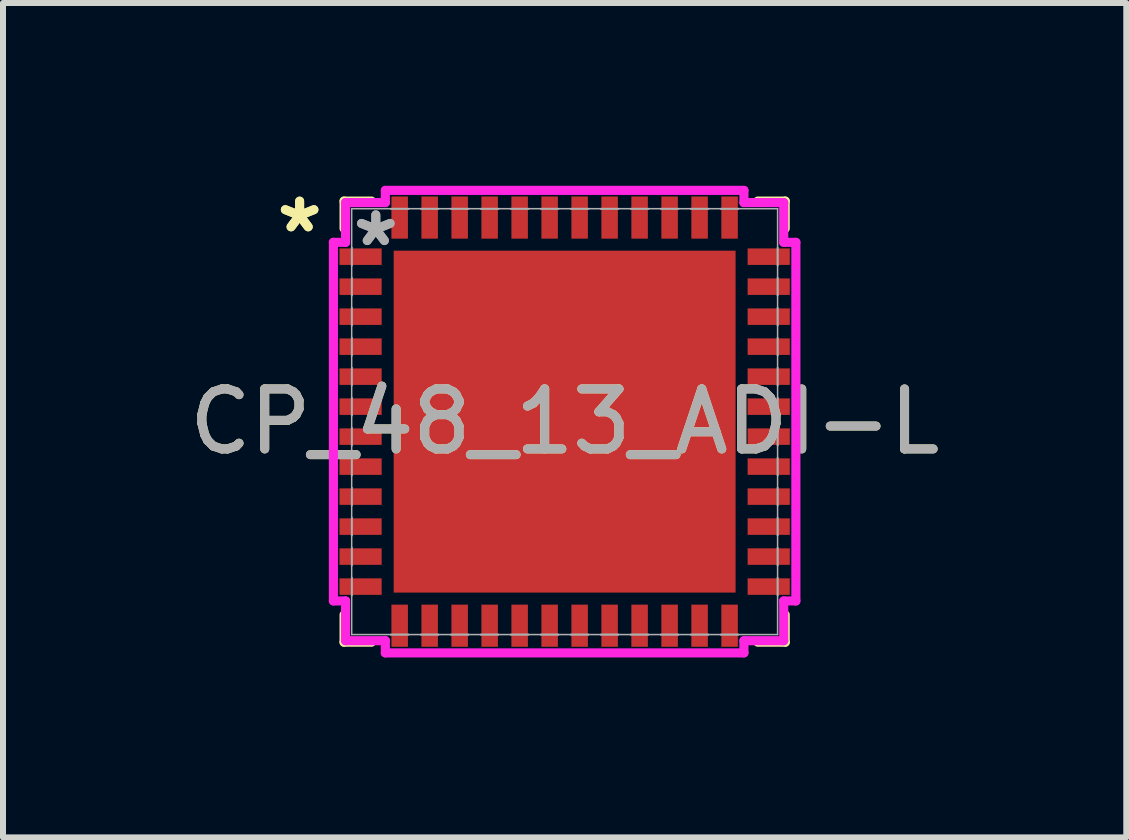
<source format=kicad_pcb>
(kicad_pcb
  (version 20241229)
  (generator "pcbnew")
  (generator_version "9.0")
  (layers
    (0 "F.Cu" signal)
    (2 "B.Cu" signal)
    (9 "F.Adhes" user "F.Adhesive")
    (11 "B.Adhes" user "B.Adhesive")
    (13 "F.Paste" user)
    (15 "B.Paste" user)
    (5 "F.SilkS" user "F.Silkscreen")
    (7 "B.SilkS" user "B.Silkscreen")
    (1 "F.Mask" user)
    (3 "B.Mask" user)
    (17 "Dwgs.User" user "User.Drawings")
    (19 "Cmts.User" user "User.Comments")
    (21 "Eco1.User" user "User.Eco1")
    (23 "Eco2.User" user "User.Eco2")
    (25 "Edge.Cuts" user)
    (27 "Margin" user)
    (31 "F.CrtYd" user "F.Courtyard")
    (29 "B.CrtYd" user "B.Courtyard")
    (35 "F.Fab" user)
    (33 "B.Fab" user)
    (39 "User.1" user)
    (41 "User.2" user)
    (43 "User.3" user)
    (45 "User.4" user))
  (footprint "CP_48_13_ADI-L"
    (layer "F.Cu")
    (at 6.363 3.979)
    (property "Reference" "CP_48_13_ADI-L" (at 0 0 0) (unlocked yes) (layer "F.SilkS") (effects (font (size 1 1) (thickness 0.15))))
    (attr smd)
    (fp_line (start -3.677 -3.677) (end -3.677 -3.22) (stroke (width 0.152) (type solid)) (layer "F.SilkS"))
    (fp_line (start -3.677 3.22) (end -3.677 3.677) (stroke (width 0.152) (type solid)) (layer "F.SilkS"))
    (fp_line (start -3.677 3.677) (end -3.22 3.677) (stroke (width 0.152) (type solid)) (layer "F.SilkS"))
    (fp_line (start -3.22 -3.677) (end -3.677 -3.677) (stroke (width 0.152) (type solid)) (layer "F.SilkS"))
    (fp_line (start 3.22 3.677) (end 3.677 3.677) (stroke (width 0.152) (type solid)) (layer "F.SilkS"))
    (fp_line (start 3.677 -3.677) (end 3.22 -3.677) (stroke (width 0.152) (type solid)) (layer "F.SilkS"))
    (fp_line (start 3.677 -3.22) (end 3.677 -3.677) (stroke (width 0.152) (type solid)) (layer "F.SilkS"))
    (fp_line (start 3.677 3.677) (end 3.677 3.22) (stroke (width 0.152) (type solid)) (layer "F.SilkS"))
    (fp_poly (pts (xy -2.75 -2.75) (xy -2.75 -1.525) (xy -1.525 -1.525) (xy -1.525 -2.75)) (stroke (width 0) (type solid)) (fill yes) (layer "F.Paste"))
    (fp_poly (pts (xy -2.75 -1.325) (xy -2.75 -0.1) (xy -1.525 -0.1) (xy -1.525 -1.325)) (stroke (width 0) (type solid)) (fill yes) (layer "F.Paste"))
    (fp_poly (pts (xy -2.75 0.1) (xy -2.75 1.325) (xy -1.525 1.325) (xy -1.525 0.1)) (stroke (width 0) (type solid)) (fill yes) (layer "F.Paste"))
    (fp_poly (pts (xy -2.75 1.525) (xy -2.75 2.75) (xy -1.525 2.75) (xy -1.525 1.525)) (stroke (width 0) (type solid)) (fill yes) (layer "F.Paste"))
    (fp_poly (pts (xy -1.325 -2.75) (xy -1.325 -1.525) (xy -0.1 -1.525) (xy -0.1 -2.75)) (stroke (width 0) (type solid)) (fill yes) (layer "F.Paste"))
    (fp_poly (pts (xy -1.325 -1.325) (xy -1.325 -0.1) (xy -0.1 -0.1) (xy -0.1 -1.325)) (stroke (width 0) (type solid)) (fill yes) (layer "F.Paste"))
    (fp_poly (pts (xy -1.325 0.1) (xy -1.325 1.325) (xy -0.1 1.325) (xy -0.1 0.1)) (stroke (width 0) (type solid)) (fill yes) (layer "F.Paste"))
    (fp_poly (pts (xy -1.325 1.525) (xy -1.325 2.75) (xy -0.1 2.75) (xy -0.1 1.525)) (stroke (width 0) (type solid)) (fill yes) (layer "F.Paste"))
    (fp_poly (pts (xy 0.1 -2.75) (xy 0.1 -1.525) (xy 1.325 -1.525) (xy 1.325 -2.75)) (stroke (width 0) (type solid)) (fill yes) (layer "F.Paste"))
    (fp_poly (pts (xy 0.1 -1.325) (xy 0.1 -0.1) (xy 1.325 -0.1) (xy 1.325 -1.325)) (stroke (width 0) (type solid)) (fill yes) (layer "F.Paste"))
    (fp_poly (pts (xy 0.1 0.1) (xy 0.1 1.325) (xy 1.325 1.325) (xy 1.325 0.1)) (stroke (width 0) (type solid)) (fill yes) (layer "F.Paste"))
    (fp_poly (pts (xy 0.1 1.525) (xy 0.1 2.75) (xy 1.325 2.75) (xy 1.325 1.525)) (stroke (width 0) (type solid)) (fill yes) (layer "F.Paste"))
    (fp_poly (pts (xy 1.525 -2.75) (xy 1.525 -1.525) (xy 2.75 -1.525) (xy 2.75 -2.75)) (stroke (width 0) (type solid)) (fill yes) (layer "F.Paste"))
    (fp_poly (pts (xy 1.525 -1.325) (xy 1.525 -0.1) (xy 2.75 -0.1) (xy 2.75 -1.325)) (stroke (width 0) (type solid)) (fill yes) (layer "F.Paste"))
    (fp_poly (pts (xy 1.525 0.1) (xy 1.525 1.325) (xy 2.75 1.325) (xy 2.75 0.1)) (stroke (width 0) (type solid)) (fill yes) (layer "F.Paste"))
    (fp_poly (pts (xy 1.525 1.525) (xy 1.525 2.75) (xy 2.75 2.75) (xy 2.75 1.525)) (stroke (width 0) (type solid)) (fill yes) (layer "F.Paste"))
    (fp_line (start -3.855 -2.989) (end -3.652 -2.989) (stroke (width 0.152) (type solid)) (layer "F.CrtYd"))
    (fp_line (start -3.855 2.989) (end -3.855 -2.989) (stroke (width 0.152) (type solid)) (layer "F.CrtYd"))
    (fp_line (start -3.652 -3.652) (end -2.989 -3.652) (stroke (width 0.152) (type solid)) (layer "F.CrtYd"))
    (fp_line (start -3.652 -2.989) (end -3.652 -3.652) (stroke (width 0.152) (type solid)) (layer "F.CrtYd"))
    (fp_line (start -3.652 2.989) (end -3.855 2.989) (stroke (width 0.152) (type solid)) (layer "F.CrtYd"))
    (fp_line (start -3.652 3.652) (end -3.652 2.989) (stroke (width 0.152) (type solid)) (layer "F.CrtYd"))
    (fp_line (start -2.989 -3.855) (end 2.989 -3.855) (stroke (width 0.152) (type solid)) (layer "F.CrtYd"))
    (fp_line (start -2.989 -3.652) (end -2.989 -3.855) (stroke (width 0.152) (type solid)) (layer "F.CrtYd"))
    (fp_line (start -2.989 3.652) (end -3.652 3.652) (stroke (width 0.152) (type solid)) (layer "F.CrtYd"))
    (fp_line (start -2.989 3.855) (end -2.989 3.652) (stroke (width 0.152) (type solid)) (layer "F.CrtYd"))
    (fp_line (start 2.989 -3.855) (end 2.989 -3.652) (stroke (width 0.152) (type solid)) (layer "F.CrtYd"))
    (fp_line (start 2.989 -3.652) (end 3.652 -3.652) (stroke (width 0.152) (type solid)) (layer "F.CrtYd"))
    (fp_line (start 2.989 3.652) (end 2.989 3.855) (stroke (width 0.152) (type solid)) (layer "F.CrtYd"))
    (fp_line (start 2.989 3.855) (end -2.989 3.855) (stroke (width 0.152) (type solid)) (layer "F.CrtYd"))
    (fp_line (start 3.652 -3.652) (end 3.652 -2.989) (stroke (width 0.152) (type solid)) (layer "F.CrtYd"))
    (fp_line (start 3.652 -2.989) (end 3.855 -2.989) (stroke (width 0.152) (type solid)) (layer "F.CrtYd"))
    (fp_line (start 3.652 2.989) (end 3.652 3.652) (stroke (width 0.152) (type solid)) (layer "F.CrtYd"))
    (fp_line (start 3.652 3.652) (end 2.989 3.652) (stroke (width 0.152) (type solid)) (layer "F.CrtYd"))
    (fp_line (start 3.855 -2.989) (end 3.855 2.989) (stroke (width 0.152) (type solid)) (layer "F.CrtYd"))
    (fp_line (start 3.855 2.989) (end 3.652 2.989) (stroke (width 0.152) (type solid)) (layer "F.CrtYd"))
    (fp_line (start -3.55 -3.55) (end -3.55 3.55) (stroke (width 0.025) (type solid)) (layer "F.Fab"))
    (fp_line (start -3.55 -2.9) (end -3.55 -2.9) (stroke (width 0.025) (type solid)) (layer "F.Fab"))
    (fp_line (start -3.55 -2.9) (end -3.55 -2.6) (stroke (width 0.025) (type solid)) (layer "F.Fab"))
    (fp_line (start -3.55 -2.6) (end -3.55 -2.9) (stroke (width 0.025) (type solid)) (layer "F.Fab"))
    (fp_line (start -3.55 -2.6) (end -3.55 -2.6) (stroke (width 0.025) (type solid)) (layer "F.Fab"))
    (fp_line (start -3.55 -2.4) (end -3.55 -2.4) (stroke (width 0.025) (type solid)) (layer "F.Fab"))
    (fp_line (start -3.55 -2.4) (end -3.55 -2.1) (stroke (width 0.025) (type solid)) (layer "F.Fab"))
    (fp_line (start -3.55 -2.1) (end -3.55 -2.4) (stroke (width 0.025) (type solid)) (layer "F.Fab"))
    (fp_line (start -3.55 -2.1) (end -3.55 -2.1) (stroke (width 0.025) (type solid)) (layer "F.Fab"))
    (fp_line (start -3.55 -1.9) (end -3.55 -1.9) (stroke (width 0.025) (type solid)) (layer "F.Fab"))
    (fp_line (start -3.55 -1.9) (end -3.55 -1.6) (stroke (width 0.025) (type solid)) (layer "F.Fab"))
    (fp_line (start -3.55 -1.6) (end -3.55 -1.9) (stroke (width 0.025) (type solid)) (layer "F.Fab"))
    (fp_line (start -3.55 -1.6) (end -3.55 -1.6) (stroke (width 0.025) (type solid)) (layer "F.Fab"))
    (fp_line (start -3.55 -1.4) (end -3.55 -1.4) (stroke (width 0.025) (type solid)) (layer "F.Fab"))
    (fp_line (start -3.55 -1.4) (end -3.55 -1.1) (stroke (width 0.025) (type solid)) (layer "F.Fab"))
    (fp_line (start -3.55 -1.1) (end -3.55 -1.4) (stroke (width 0.025) (type solid)) (layer "F.Fab"))
    (fp_line (start -3.55 -1.1) (end -3.55 -1.1) (stroke (width 0.025) (type solid)) (layer "F.Fab"))
    (fp_line (start -3.55 -0.9) (end -3.55 -0.9) (stroke (width 0.025) (type solid)) (layer "F.Fab"))
    (fp_line (start -3.55 -0.9) (end -3.55 -0.6) (stroke (width 0.025) (type solid)) (layer "F.Fab"))
    (fp_line (start -3.55 -0.6) (end -3.55 -0.9) (stroke (width 0.025) (type solid)) (layer "F.Fab"))
    (fp_line (start -3.55 -0.6) (end -3.55 -0.6) (stroke (width 0.025) (type solid)) (layer "F.Fab"))
    (fp_line (start -3.55 -0.4) (end -3.55 -0.4) (stroke (width 0.025) (type solid)) (layer "F.Fab"))
    (fp_line (start -3.55 -0.4) (end -3.55 -0.1) (stroke (width 0.025) (type solid)) (layer "F.Fab"))
    (fp_line (start -3.55 -0.1) (end -3.55 -0.4) (stroke (width 0.025) (type solid)) (layer "F.Fab"))
    (fp_line (start -3.55 -0.1) (end -3.55 -0.1) (stroke (width 0.025) (type solid)) (layer "F.Fab"))
    (fp_line (start -3.55 0.1) (end -3.55 0.1) (stroke (width 0.025) (type solid)) (layer "F.Fab"))
    (fp_line (start -3.55 0.1) (end -3.55 0.4) (stroke (width 0.025) (type solid)) (layer "F.Fab"))
    (fp_line (start -3.55 0.4) (end -3.55 0.1) (stroke (width 0.025) (type solid)) (layer "F.Fab"))
    (fp_line (start -3.55 0.4) (end -3.55 0.4) (stroke (width 0.025) (type solid)) (layer "F.Fab"))
    (fp_line (start -3.55 0.6) (end -3.55 0.6) (stroke (width 0.025) (type solid)) (layer "F.Fab"))
    (fp_line (start -3.55 0.6) (end -3.55 0.9) (stroke (width 0.025) (type solid)) (layer "F.Fab"))
    (fp_line (start -3.55 0.9) (end -3.55 0.6) (stroke (width 0.025) (type solid)) (layer "F.Fab"))
    (fp_line (start -3.55 0.9) (end -3.55 0.9) (stroke (width 0.025) (type solid)) (layer "F.Fab"))
    (fp_line (start -3.55 1.1) (end -3.55 1.1) (stroke (width 0.025) (type solid)) (layer "F.Fab"))
    (fp_line (start -3.55 1.1) (end -3.55 1.4) (stroke (width 0.025) (type solid)) (layer "F.Fab"))
    (fp_line (start -3.55 1.4) (end -3.55 1.1) (stroke (width 0.025) (type solid)) (layer "F.Fab"))
    (fp_line (start -3.55 1.4) (end -3.55 1.4) (stroke (width 0.025) (type solid)) (layer "F.Fab"))
    (fp_line (start -3.55 1.6) (end -3.55 1.6) (stroke (width 0.025) (type solid)) (layer "F.Fab"))
    (fp_line (start -3.55 1.6) (end -3.55 1.9) (stroke (width 0.025) (type solid)) (layer "F.Fab"))
    (fp_line (start -3.55 1.9) (end -3.55 1.6) (stroke (width 0.025) (type solid)) (layer "F.Fab"))
    (fp_line (start -3.55 1.9) (end -3.55 1.9) (stroke (width 0.025) (type solid)) (layer "F.Fab"))
    (fp_line (start -3.55 2.1) (end -3.55 2.1) (stroke (width 0.025) (type solid)) (layer "F.Fab"))
    (fp_line (start -3.55 2.1) (end -3.55 2.4) (stroke (width 0.025) (type solid)) (layer "F.Fab"))
    (fp_line (start -3.55 2.4) (end -3.55 2.1) (stroke (width 0.025) (type solid)) (layer "F.Fab"))
    (fp_line (start -3.55 2.4) (end -3.55 2.4) (stroke (width 0.025) (type solid)) (layer "F.Fab"))
    (fp_line (start -3.55 2.6) (end -3.55 2.6) (stroke (width 0.025) (type solid)) (layer "F.Fab"))
    (fp_line (start -3.55 2.6) (end -3.55 2.9) (stroke (width 0.025) (type solid)) (layer "F.Fab"))
    (fp_line (start -3.55 2.9) (end -3.55 2.6) (stroke (width 0.025) (type solid)) (layer "F.Fab"))
    (fp_line (start -3.55 2.9) (end -3.55 2.9) (stroke (width 0.025) (type solid)) (layer "F.Fab"))
    (fp_line (start -3.55 3.55) (end 3.55 3.55) (stroke (width 0.025) (type solid)) (layer "F.Fab"))
    (fp_line (start -2.9 -3.55) (end -2.9 -3.55) (stroke (width 0.025) (type solid)) (layer "F.Fab"))
    (fp_line (start -2.9 -3.55) (end -2.6 -3.55) (stroke (width 0.025) (type solid)) (layer "F.Fab"))
    (fp_line (start -2.9 3.55) (end -2.9 3.55) (stroke (width 0.025) (type solid)) (layer "F.Fab"))
    (fp_line (start -2.9 3.55) (end -2.6 3.55) (stroke (width 0.025) (type solid)) (layer "F.Fab"))
    (fp_line (start -2.6 -3.55) (end -2.9 -3.55) (stroke (width 0.025) (type solid)) (layer "F.Fab"))
    (fp_line (start -2.6 -3.55) (end -2.6 -3.55) (stroke (width 0.025) (type solid)) (layer "F.Fab"))
    (fp_line (start -2.6 3.55) (end -2.9 3.55) (stroke (width 0.025) (type solid)) (layer "F.Fab"))
    (fp_line (start -2.6 3.55) (end -2.6 3.55) (stroke (width 0.025) (type solid)) (layer "F.Fab"))
    (fp_line (start -2.4 -3.55) (end -2.4 -3.55) (stroke (width 0.025) (type solid)) (layer "F.Fab"))
    (fp_line (start -2.4 -3.55) (end -2.1 -3.55) (stroke (width 0.025) (type solid)) (layer "F.Fab"))
    (fp_line (start -2.4 3.55) (end -2.4 3.55) (stroke (width 0.025) (type solid)) (layer "F.Fab"))
    (fp_line (start -2.4 3.55) (end -2.1 3.55) (stroke (width 0.025) (type solid)) (layer "F.Fab"))
    (fp_line (start -2.1 -3.55) (end -2.4 -3.55) (stroke (width 0.025) (type solid)) (layer "F.Fab"))
    (fp_line (start -2.1 -3.55) (end -2.1 -3.55) (stroke (width 0.025) (type solid)) (layer "F.Fab"))
    (fp_line (start -2.1 3.55) (end -2.4 3.55) (stroke (width 0.025) (type solid)) (layer "F.Fab"))
    (fp_line (start -2.1 3.55) (end -2.1 3.55) (stroke (width 0.025) (type solid)) (layer "F.Fab"))
    (fp_line (start -1.9 -3.55) (end -1.9 -3.55) (stroke (width 0.025) (type solid)) (layer "F.Fab"))
    (fp_line (start -1.9 -3.55) (end -1.6 -3.55) (stroke (width 0.025) (type solid)) (layer "F.Fab"))
    (fp_line (start -1.9 3.55) (end -1.9 3.55) (stroke (width 0.025) (type solid)) (layer "F.Fab"))
    (fp_line (start -1.9 3.55) (end -1.6 3.55) (stroke (width 0.025) (type solid)) (layer "F.Fab"))
    (fp_line (start -1.6 -3.55) (end -1.9 -3.55) (stroke (width 0.025) (type solid)) (layer "F.Fab"))
    (fp_line (start -1.6 -3.55) (end -1.6 -3.55) (stroke (width 0.025) (type solid)) (layer "F.Fab"))
    (fp_line (start -1.6 3.55) (end -1.9 3.55) (stroke (width 0.025) (type solid)) (layer "F.Fab"))
    (fp_line (start -1.6 3.55) (end -1.6 3.55) (stroke (width 0.025) (type solid)) (layer "F.Fab"))
    (fp_line (start -1.4 -3.55) (end -1.4 -3.55) (stroke (width 0.025) (type solid)) (layer "F.Fab"))
    (fp_line (start -1.4 -3.55) (end -1.1 -3.55) (stroke (width 0.025) (type solid)) (layer "F.Fab"))
    (fp_line (start -1.4 3.55) (end -1.4 3.55) (stroke (width 0.025) (type solid)) (layer "F.Fab"))
    (fp_line (start -1.4 3.55) (end -1.1 3.55) (stroke (width 0.025) (type solid)) (layer "F.Fab"))
    (fp_line (start -1.1 -3.55) (end -1.4 -3.55) (stroke (width 0.025) (type solid)) (layer "F.Fab"))
    (fp_line (start -1.1 -3.55) (end -1.1 -3.55) (stroke (width 0.025) (type solid)) (layer "F.Fab"))
    (fp_line (start -1.1 3.55) (end -1.4 3.55) (stroke (width 0.025) (type solid)) (layer "F.Fab"))
    (fp_line (start -1.1 3.55) (end -1.1 3.55) (stroke (width 0.025) (type solid)) (layer "F.Fab"))
    (fp_line (start -0.9 -3.55) (end -0.9 -3.55) (stroke (width 0.025) (type solid)) (layer "F.Fab"))
    (fp_line (start -0.9 -3.55) (end -0.6 -3.55) (stroke (width 0.025) (type solid)) (layer "F.Fab"))
    (fp_line (start -0.9 3.55) (end -0.9 3.55) (stroke (width 0.025) (type solid)) (layer "F.Fab"))
    (fp_line (start -0.9 3.55) (end -0.6 3.55) (stroke (width 0.025) (type solid)) (layer "F.Fab"))
    (fp_line (start -0.6 -3.55) (end -0.9 -3.55) (stroke (width 0.025) (type solid)) (layer "F.Fab"))
    (fp_line (start -0.6 -3.55) (end -0.6 -3.55) (stroke (width 0.025) (type solid)) (layer "F.Fab"))
    (fp_line (start -0.6 3.55) (end -0.9 3.55) (stroke (width 0.025) (type solid)) (layer "F.Fab"))
    (fp_line (start -0.6 3.55) (end -0.6 3.55) (stroke (width 0.025) (type solid)) (layer "F.Fab"))
    (fp_line (start -0.4 -3.55) (end -0.4 -3.55) (stroke (width 0.025) (type solid)) (layer "F.Fab"))
    (fp_line (start -0.4 -3.55) (end -0.1 -3.55) (stroke (width 0.025) (type solid)) (layer "F.Fab"))
    (fp_line (start -0.4 3.55) (end -0.4 3.55) (stroke (width 0.025) (type solid)) (layer "F.Fab"))
    (fp_line (start -0.4 3.55) (end -0.1 3.55) (stroke (width 0.025) (type solid)) (layer "F.Fab"))
    (fp_line (start -0.1 -3.55) (end -0.4 -3.55) (stroke (width 0.025) (type solid)) (layer "F.Fab"))
    (fp_line (start -0.1 -3.55) (end -0.1 -3.55) (stroke (width 0.025) (type solid)) (layer "F.Fab"))
    (fp_line (start -0.1 3.55) (end -0.4 3.55) (stroke (width 0.025) (type solid)) (layer "F.Fab"))
    (fp_line (start -0.1 3.55) (end -0.1 3.55) (stroke (width 0.025) (type solid)) (layer "F.Fab"))
    (fp_line (start 0.1 -3.55) (end 0.1 -3.55) (stroke (width 0.025) (type solid)) (layer "F.Fab"))
    (fp_line (start 0.1 -3.55) (end 0.4 -3.55) (stroke (width 0.025) (type solid)) (layer "F.Fab"))
    (fp_line (start 0.1 3.55) (end 0.1 3.55) (stroke (width 0.025) (type solid)) (layer "F.Fab"))
    (fp_line (start 0.1 3.55) (end 0.4 3.55) (stroke (width 0.025) (type solid)) (layer "F.Fab"))
    (fp_line (start 0.4 -3.55) (end 0.1 -3.55) (stroke (width 0.025) (type solid)) (layer "F.Fab"))
    (fp_line (start 0.4 -3.55) (end 0.4 -3.55) (stroke (width 0.025) (type solid)) (layer "F.Fab"))
    (fp_line (start 0.4 3.55) (end 0.1 3.55) (stroke (width 0.025) (type solid)) (layer "F.Fab"))
    (fp_line (start 0.4 3.55) (end 0.4 3.55) (stroke (width 0.025) (type solid)) (layer "F.Fab"))
    (fp_line (start 0.6 -3.55) (end 0.6 -3.55) (stroke (width 0.025) (type solid)) (layer "F.Fab"))
    (fp_line (start 0.6 -3.55) (end 0.9 -3.55) (stroke (width 0.025) (type solid)) (layer "F.Fab"))
    (fp_line (start 0.6 3.55) (end 0.6 3.55) (stroke (width 0.025) (type solid)) (layer "F.Fab"))
    (fp_line (start 0.6 3.55) (end 0.9 3.55) (stroke (width 0.025) (type solid)) (layer "F.Fab"))
    (fp_line (start 0.9 -3.55) (end 0.6 -3.55) (stroke (width 0.025) (type solid)) (layer "F.Fab"))
    (fp_line (start 0.9 -3.55) (end 0.9 -3.55) (stroke (width 0.025) (type solid)) (layer "F.Fab"))
    (fp_line (start 0.9 3.55) (end 0.6 3.55) (stroke (width 0.025) (type solid)) (layer "F.Fab"))
    (fp_line (start 0.9 3.55) (end 0.9 3.55) (stroke (width 0.025) (type solid)) (layer "F.Fab"))
    (fp_line (start 1.1 -3.55) (end 1.1 -3.55) (stroke (width 0.025) (type solid)) (layer "F.Fab"))
    (fp_line (start 1.1 -3.55) (end 1.4 -3.55) (stroke (width 0.025) (type solid)) (layer "F.Fab"))
    (fp_line (start 1.1 3.55) (end 1.1 3.55) (stroke (width 0.025) (type solid)) (layer "F.Fab"))
    (fp_line (start 1.1 3.55) (end 1.4 3.55) (stroke (width 0.025) (type solid)) (layer "F.Fab"))
    (fp_line (start 1.4 -3.55) (end 1.1 -3.55) (stroke (width 0.025) (type solid)) (layer "F.Fab"))
    (fp_line (start 1.4 -3.55) (end 1.4 -3.55) (stroke (width 0.025) (type solid)) (layer "F.Fab"))
    (fp_line (start 1.4 3.55) (end 1.1 3.55) (stroke (width 0.025) (type solid)) (layer "F.Fab"))
    (fp_line (start 1.4 3.55) (end 1.4 3.55) (stroke (width 0.025) (type solid)) (layer "F.Fab"))
    (fp_line (start 1.6 -3.55) (end 1.6 -3.55) (stroke (width 0.025) (type solid)) (layer "F.Fab"))
    (fp_line (start 1.6 -3.55) (end 1.9 -3.55) (stroke (width 0.025) (type solid)) (layer "F.Fab"))
    (fp_line (start 1.6 3.55) (end 1.6 3.55) (stroke (width 0.025) (type solid)) (layer "F.Fab"))
    (fp_line (start 1.6 3.55) (end 1.9 3.55) (stroke (width 0.025) (type solid)) (layer "F.Fab"))
    (fp_line (start 1.9 -3.55) (end 1.6 -3.55) (stroke (width 0.025) (type solid)) (layer "F.Fab"))
    (fp_line (start 1.9 -3.55) (end 1.9 -3.55) (stroke (width 0.025) (type solid)) (layer "F.Fab"))
    (fp_line (start 1.9 3.55) (end 1.6 3.55) (stroke (width 0.025) (type solid)) (layer "F.Fab"))
    (fp_line (start 1.9 3.55) (end 1.9 3.55) (stroke (width 0.025) (type solid)) (layer "F.Fab"))
    (fp_line (start 2.1 -3.55) (end 2.1 -3.55) (stroke (width 0.025) (type solid)) (layer "F.Fab"))
    (fp_line (start 2.1 -3.55) (end 2.4 -3.55) (stroke (width 0.025) (type solid)) (layer "F.Fab"))
    (fp_line (start 2.1 3.55) (end 2.1 3.55) (stroke (width 0.025) (type solid)) (layer "F.Fab"))
    (fp_line (start 2.1 3.55) (end 2.4 3.55) (stroke (width 0.025) (type solid)) (layer "F.Fab"))
    (fp_line (start 2.4 -3.55) (end 2.1 -3.55) (stroke (width 0.025) (type solid)) (layer "F.Fab"))
    (fp_line (start 2.4 -3.55) (end 2.4 -3.55) (stroke (width 0.025) (type solid)) (layer "F.Fab"))
    (fp_line (start 2.4 3.55) (end 2.1 3.55) (stroke (width 0.025) (type solid)) (layer "F.Fab"))
    (fp_line (start 2.4 3.55) (end 2.4 3.55) (stroke (width 0.025) (type solid)) (layer "F.Fab"))
    (fp_line (start 2.6 -3.55) (end 2.6 -3.55) (stroke (width 0.025) (type solid)) (layer "F.Fab"))
    (fp_line (start 2.6 -3.55) (end 2.9 -3.55) (stroke (width 0.025) (type solid)) (layer "F.Fab"))
    (fp_line (start 2.6 3.55) (end 2.6 3.55) (stroke (width 0.025) (type solid)) (layer "F.Fab"))
    (fp_line (start 2.6 3.55) (end 2.9 3.55) (stroke (width 0.025) (type solid)) (layer "F.Fab"))
    (fp_line (start 2.9 -3.55) (end 2.6 -3.55) (stroke (width 0.025) (type solid)) (layer "F.Fab"))
    (fp_line (start 2.9 -3.55) (end 2.9 -3.55) (stroke (width 0.025) (type solid)) (layer "F.Fab"))
    (fp_line (start 2.9 3.55) (end 2.6 3.55) (stroke (width 0.025) (type solid)) (layer "F.Fab"))
    (fp_line (start 2.9 3.55) (end 2.9 3.55) (stroke (width 0.025) (type solid)) (layer "F.Fab"))
    (fp_line (start 3.55 -3.55) (end -3.55 -3.55) (stroke (width 0.025) (type solid)) (layer "F.Fab"))
    (fp_line (start 3.55 -2.9) (end 3.55 -2.9) (stroke (width 0.025) (type solid)) (layer "F.Fab"))
    (fp_line (start 3.55 -2.9) (end 3.55 -2.6) (stroke (width 0.025) (type solid)) (layer "F.Fab"))
    (fp_line (start 3.55 -2.6) (end 3.55 -2.9) (stroke (width 0.025) (type solid)) (layer "F.Fab"))
    (fp_line (start 3.55 -2.6) (end 3.55 -2.6) (stroke (width 0.025) (type solid)) (layer "F.Fab"))
    (fp_line (start 3.55 -2.4) (end 3.55 -2.4) (stroke (width 0.025) (type solid)) (layer "F.Fab"))
    (fp_line (start 3.55 -2.4) (end 3.55 -2.1) (stroke (width 0.025) (type solid)) (layer "F.Fab"))
    (fp_line (start 3.55 -2.1) (end 3.55 -2.4) (stroke (width 0.025) (type solid)) (layer "F.Fab"))
    (fp_line (start 3.55 -2.1) (end 3.55 -2.1) (stroke (width 0.025) (type solid)) (layer "F.Fab"))
    (fp_line (start 3.55 -1.9) (end 3.55 -1.9) (stroke (width 0.025) (type solid)) (layer "F.Fab"))
    (fp_line (start 3.55 -1.9) (end 3.55 -1.6) (stroke (width 0.025) (type solid)) (layer "F.Fab"))
    (fp_line (start 3.55 -1.6) (end 3.55 -1.9) (stroke (width 0.025) (type solid)) (layer "F.Fab"))
    (fp_line (start 3.55 -1.6) (end 3.55 -1.6) (stroke (width 0.025) (type solid)) (layer "F.Fab"))
    (fp_line (start 3.55 -1.4) (end 3.55 -1.4) (stroke (width 0.025) (type solid)) (layer "F.Fab"))
    (fp_line (start 3.55 -1.4) (end 3.55 -1.1) (stroke (width 0.025) (type solid)) (layer "F.Fab"))
    (fp_line (start 3.55 -1.1) (end 3.55 -1.4) (stroke (width 0.025) (type solid)) (layer "F.Fab"))
    (fp_line (start 3.55 -1.1) (end 3.55 -1.1) (stroke (width 0.025) (type solid)) (layer "F.Fab"))
    (fp_line (start 3.55 -0.9) (end 3.55 -0.9) (stroke (width 0.025) (type solid)) (layer "F.Fab"))
    (fp_line (start 3.55 -0.9) (end 3.55 -0.6) (stroke (width 0.025) (type solid)) (layer "F.Fab"))
    (fp_line (start 3.55 -0.6) (end 3.55 -0.9) (stroke (width 0.025) (type solid)) (layer "F.Fab"))
    (fp_line (start 3.55 -0.6) (end 3.55 -0.6) (stroke (width 0.025) (type solid)) (layer "F.Fab"))
    (fp_line (start 3.55 -0.4) (end 3.55 -0.4) (stroke (width 0.025) (type solid)) (layer "F.Fab"))
    (fp_line (start 3.55 -0.4) (end 3.55 -0.1) (stroke (width 0.025) (type solid)) (layer "F.Fab"))
    (fp_line (start 3.55 -0.1) (end 3.55 -0.4) (stroke (width 0.025) (type solid)) (layer "F.Fab"))
    (fp_line (start 3.55 -0.1) (end 3.55 -0.1) (stroke (width 0.025) (type solid)) (layer "F.Fab"))
    (fp_line (start 3.55 0.1) (end 3.55 0.1) (stroke (width 0.025) (type solid)) (layer "F.Fab"))
    (fp_line (start 3.55 0.1) (end 3.55 0.4) (stroke (width 0.025) (type solid)) (layer "F.Fab"))
    (fp_line (start 3.55 0.4) (end 3.55 0.1) (stroke (width 0.025) (type solid)) (layer "F.Fab"))
    (fp_line (start 3.55 0.4) (end 3.55 0.4) (stroke (width 0.025) (type solid)) (layer "F.Fab"))
    (fp_line (start 3.55 0.6) (end 3.55 0.6) (stroke (width 0.025) (type solid)) (layer "F.Fab"))
    (fp_line (start 3.55 0.6) (end 3.55 0.9) (stroke (width 0.025) (type solid)) (layer "F.Fab"))
    (fp_line (start 3.55 0.9) (end 3.55 0.6) (stroke (width 0.025) (type solid)) (layer "F.Fab"))
    (fp_line (start 3.55 0.9) (end 3.55 0.9) (stroke (width 0.025) (type solid)) (layer "F.Fab"))
    (fp_line (start 3.55 1.1) (end 3.55 1.1) (stroke (width 0.025) (type solid)) (layer "F.Fab"))
    (fp_line (start 3.55 1.1) (end 3.55 1.4) (stroke (width 0.025) (type solid)) (layer "F.Fab"))
    (fp_line (start 3.55 1.4) (end 3.55 1.1) (stroke (width 0.025) (type solid)) (layer "F.Fab"))
    (fp_line (start 3.55 1.4) (end 3.55 1.4) (stroke (width 0.025) (type solid)) (layer "F.Fab"))
    (fp_line (start 3.55 1.6) (end 3.55 1.6) (stroke (width 0.025) (type solid)) (layer "F.Fab"))
    (fp_line (start 3.55 1.6) (end 3.55 1.9) (stroke (width 0.025) (type solid)) (layer "F.Fab"))
    (fp_line (start 3.55 1.9) (end 3.55 1.6) (stroke (width 0.025) (type solid)) (layer "F.Fab"))
    (fp_line (start 3.55 1.9) (end 3.55 1.9) (stroke (width 0.025) (type solid)) (layer "F.Fab"))
    (fp_line (start 3.55 2.1) (end 3.55 2.1) (stroke (width 0.025) (type solid)) (layer "F.Fab"))
    (fp_line (start 3.55 2.1) (end 3.55 2.4) (stroke (width 0.025) (type solid)) (layer "F.Fab"))
    (fp_line (start 3.55 2.4) (end 3.55 2.1) (stroke (width 0.025) (type solid)) (layer "F.Fab"))
    (fp_line (start 3.55 2.4) (end 3.55 2.4) (stroke (width 0.025) (type solid)) (layer "F.Fab"))
    (fp_line (start 3.55 2.6) (end 3.55 2.6) (stroke (width 0.025) (type solid)) (layer "F.Fab"))
    (fp_line (start 3.55 2.6) (end 3.55 2.9) (stroke (width 0.025) (type solid)) (layer "F.Fab"))
    (fp_line (start 3.55 2.9) (end 3.55 2.6) (stroke (width 0.025) (type solid)) (layer "F.Fab"))
    (fp_line (start 3.55 2.9) (end 3.55 2.9) (stroke (width 0.025) (type solid)) (layer "F.Fab"))
    (fp_line (start 3.55 3.55) (end 3.55 -3.55) (stroke (width 0.025) (type solid)) (layer "F.Fab"))
    (fp_text user "*" (at -4.418 -3.131 0) (unlocked yes) (layer "F.SilkS") (effects (font (size 1 1) (thickness 0.15))))
    (fp_text user "*" (at -4.418 -3.131 0) (layer "F.SilkS") (effects (font (size 1 1) (thickness 0.15))))
    (fp_text user "*" (at -3.148 -2.902 0) (unlocked yes) (layer "F.Fab") (effects (font (size 1 1) (thickness 0.15))))
    (fp_text user "${REFERENCE}" (at 0 0 0) (unlocked yes) (layer "F.Fab") (effects (font (size 1 1) (thickness 0.15))))
    (fp_text user "*" (at -3.148 -2.902 0) (layer "F.Fab") (effects (font (size 1 1) (thickness 0.15))))
    (pad "1" smd rect (at 2.75 -3.402) (size 0.275 0.703) (layers "F.Cu" "F.Mask" "F.Paste"))
    (pad "2" smd rect (at 2.25 -3.402) (size 0.275 0.703) (layers "F.Cu" "F.Mask" "F.Paste"))
    (pad "3" smd rect (at 1.75 -3.402) (size 0.275 0.703) (layers "F.Cu" "F.Mask" "F.Paste"))
    (pad "4" smd rect (at 1.25 -3.402) (size 0.275 0.703) (layers "F.Cu" "F.Mask" "F.Paste"))
    (pad "5" smd rect (at 0.75 -3.402) (size 0.275 0.703) (layers "F.Cu" "F.Mask" "F.Paste"))
    (pad "6" smd rect (at 0.25 -3.402) (size 0.275 0.703) (layers "F.Cu" "F.Mask" "F.Paste"))
    (pad "7" smd rect (at -0.25 -3.402) (size 0.275 0.703) (layers "F.Cu" "F.Mask" "F.Paste"))
    (pad "8" smd rect (at -0.75 -3.402) (size 0.275 0.703) (layers "F.Cu" "F.Mask" "F.Paste"))
    (pad "9" smd rect (at -1.25 -3.402) (size 0.275 0.703) (layers "F.Cu" "F.Mask" "F.Paste"))
    (pad "10" smd rect (at -1.75 -3.402) (size 0.275 0.703) (layers "F.Cu" "F.Mask" "F.Paste"))
    (pad "11" smd rect (at -2.25 -3.402) (size 0.275 0.703) (layers "F.Cu" "F.Mask" "F.Paste"))
    (pad "12" smd rect (at -2.75 -3.402) (size 0.275 0.703) (layers "F.Cu" "F.Mask" "F.Paste"))
    (pad "13" smd rect (at -3.402 -2.75 90) (size 0.275 0.703) (layers "F.Cu" "F.Mask" "F.Paste"))
    (pad "14" smd rect (at -3.402 -2.25 90) (size 0.275 0.703) (layers "F.Cu" "F.Mask" "F.Paste"))
    (pad "15" smd rect (at -3.402 -1.75 90) (size 0.275 0.703) (layers "F.Cu" "F.Mask" "F.Paste"))
    (pad "16" smd rect (at -3.402 -1.25 90) (size 0.275 0.703) (layers "F.Cu" "F.Mask" "F.Paste"))
    (pad "17" smd rect (at -3.402 -0.75 90) (size 0.275 0.703) (layers "F.Cu" "F.Mask" "F.Paste"))
    (pad "18" smd rect (at -3.402 -0.25 90) (size 0.275 0.703) (layers "F.Cu" "F.Mask" "F.Paste"))
    (pad "19" smd rect (at -3.402 0.25 90) (size 0.275 0.703) (layers "F.Cu" "F.Mask" "F.Paste"))
    (pad "20" smd rect (at -3.402 0.75 90) (size 0.275 0.703) (layers "F.Cu" "F.Mask" "F.Paste"))
    (pad "21" smd rect (at -3.402 1.25 90) (size 0.275 0.703) (layers "F.Cu" "F.Mask" "F.Paste"))
    (pad "22" smd rect (at -3.402 1.75 90) (size 0.275 0.703) (layers "F.Cu" "F.Mask" "F.Paste"))
    (pad "23" smd rect (at -3.402 2.25 90) (size 0.275 0.703) (layers "F.Cu" "F.Mask" "F.Paste"))
    (pad "24" smd rect (at -3.402 2.75 90) (size 0.275 0.703) (layers "F.Cu" "F.Mask" "F.Paste"))
    (pad "25" smd rect (at -2.75 3.402) (size 0.275 0.703) (layers "F.Cu" "F.Mask" "F.Paste"))
    (pad "26" smd rect (at -2.25 3.402) (size 0.275 0.703) (layers "F.Cu" "F.Mask" "F.Paste"))
    (pad "27" smd rect (at -1.75 3.402) (size 0.275 0.703) (layers "F.Cu" "F.Mask" "F.Paste"))
    (pad "28" smd rect (at -1.25 3.402) (size 0.275 0.703) (layers "F.Cu" "F.Mask" "F.Paste"))
    (pad "29" smd rect (at -0.75 3.402) (size 0.275 0.703) (layers "F.Cu" "F.Mask" "F.Paste"))
    (pad "30" smd rect (at -0.25 3.402) (size 0.275 0.703) (layers "F.Cu" "F.Mask" "F.Paste"))
    (pad "31" smd rect (at 0.25 3.402) (size 0.275 0.703) (layers "F.Cu" "F.Mask" "F.Paste"))
    (pad "32" smd rect (at 0.75 3.402) (size 0.275 0.703) (layers "F.Cu" "F.Mask" "F.Paste"))
    (pad "33" smd rect (at 1.25 3.402) (size 0.275 0.703) (layers "F.Cu" "F.Mask" "F.Paste"))
    (pad "34" smd rect (at 1.75 3.402) (size 0.275 0.703) (layers "F.Cu" "F.Mask" "F.Paste"))
    (pad "35" smd rect (at 2.25 3.402) (size 0.275 0.703) (layers "F.Cu" "F.Mask" "F.Paste"))
    (pad "36" smd rect (at 2.75 3.402) (size 0.275 0.703) (layers "F.Cu" "F.Mask" "F.Paste"))
    (pad "37" smd rect (at 3.402 2.75 90) (size 0.275 0.703) (layers "F.Cu" "F.Mask" "F.Paste"))
    (pad "38" smd rect (at 3.402 2.25 90) (size 0.275 0.703) (layers "F.Cu" "F.Mask" "F.Paste"))
    (pad "39" smd rect (at 3.402 1.75 90) (size 0.275 0.703) (layers "F.Cu" "F.Mask" "F.Paste"))
    (pad "40" smd rect (at 3.402 1.25 90) (size 0.275 0.703) (layers "F.Cu" "F.Mask" "F.Paste"))
    (pad "41" smd rect (at 3.402 0.75 90) (size 0.275 0.703) (layers "F.Cu" "F.Mask" "F.Paste"))
    (pad "42" smd rect (at 3.402 0.25 90) (size 0.275 0.703) (layers "F.Cu" "F.Mask" "F.Paste"))
    (pad "43" smd rect (at 3.402 -0.25 90) (size 0.275 0.703) (layers "F.Cu" "F.Mask" "F.Paste"))
    (pad "44" smd rect (at 3.402 -0.75 90) (size 0.275 0.703) (layers "F.Cu" "F.Mask" "F.Paste"))
    (pad "45" smd rect (at 3.402 -1.25 90) (size 0.275 0.703) (layers "F.Cu" "F.Mask" "F.Paste"))
    (pad "46" smd rect (at 3.402 -1.75 90) (size 0.275 0.703) (layers "F.Cu" "F.Mask" "F.Paste"))
    (pad "47" smd rect (at 3.402 -2.25 90) (size 0.275 0.703) (layers "F.Cu" "F.Mask" "F.Paste"))
    (pad "48" smd rect (at 3.402 -2.75 90) (size 0.275 0.703) (layers "F.Cu" "F.Mask" "F.Paste"))
    (pad "HTAB" smd rect (at 0 0) (size 5.7 5.7) (layers "F.Cu" "F.Mask" "F.Paste")))
  (gr_rect
    (start -3 -3)
    (end 15.726 10.91)
    (stroke (width 0.1) (type default))
    (fill no)
    (layer "Edge.Cuts")))
</source>
